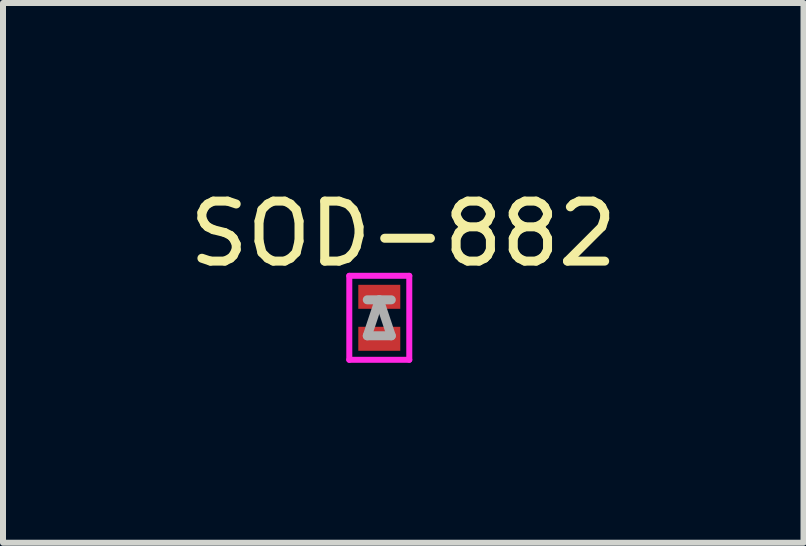
<source format=kicad_pcb>
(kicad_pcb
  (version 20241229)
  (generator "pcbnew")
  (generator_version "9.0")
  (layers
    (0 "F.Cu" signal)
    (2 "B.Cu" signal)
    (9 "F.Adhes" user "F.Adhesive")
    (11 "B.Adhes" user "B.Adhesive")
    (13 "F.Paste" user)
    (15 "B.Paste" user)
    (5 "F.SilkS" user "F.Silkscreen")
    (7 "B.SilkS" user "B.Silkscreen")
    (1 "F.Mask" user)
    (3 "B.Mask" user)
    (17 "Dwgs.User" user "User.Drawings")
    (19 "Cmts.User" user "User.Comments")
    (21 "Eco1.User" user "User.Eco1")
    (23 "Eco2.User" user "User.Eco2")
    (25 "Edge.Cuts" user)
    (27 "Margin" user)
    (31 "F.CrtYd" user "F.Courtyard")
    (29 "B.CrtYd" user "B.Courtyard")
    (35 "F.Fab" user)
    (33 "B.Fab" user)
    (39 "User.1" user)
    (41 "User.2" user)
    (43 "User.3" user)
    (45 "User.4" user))
  (footprint "SOD-882"
    (layer "F.Cu")
    (at 3.273 2.248)
    (property "Reference" "SOD-882" (at 0.4 -1.4 0) (layer "F.SilkS") (effects (font (size 1 1) (thickness 0.15))))
    (attr through_hole)
    (fp_line (start -0.5 -0.7) (end 0.5 -0.7) (stroke (width 0.1) (type solid)) (layer "F.CrtYd"))
    (fp_line (start -0.5 0.7) (end -0.5 -0.7) (stroke (width 0.1) (type solid)) (layer "F.CrtYd"))
    (fp_line (start 0.5 -0.7) (end 0.5 0.7) (stroke (width 0.1) (type solid)) (layer "F.CrtYd"))
    (fp_line (start 0.5 0.7) (end -0.5 0.7) (stroke (width 0.1) (type solid)) (layer "F.CrtYd"))
    (fp_line (start -0.2 -0.3) (end 0.2 -0.3) (stroke (width 0.15) (type solid)) (layer "F.Fab"))
    (fp_line (start -0.2 0.3) (end 0.2 0.3) (stroke (width 0.15) (type solid)) (layer "F.Fab"))
    (fp_line (start 0 -0.3) (end -0.2 0.3) (stroke (width 0.15) (type solid)) (layer "F.Fab"))
    (fp_line (start 0.2 0.3) (end 0 -0.3) (stroke (width 0.15) (type solid)) (layer "F.Fab"))
    (pad "1" smd rect (at 0 -0.35) (size 0.7 0.4) (layers "F.Cu" "F.Mask" "F.Paste"))
    (pad "2" smd rect (at 0 0.35) (size 0.7 0.4) (layers "F.Cu" "F.Mask" "F.Paste")))
  (gr_rect
    (start -3 -3)
    (end 10.345 5.998)
    (stroke (width 0.1) (type default))
    (fill no)
    (layer "Edge.Cuts")))
</source>
